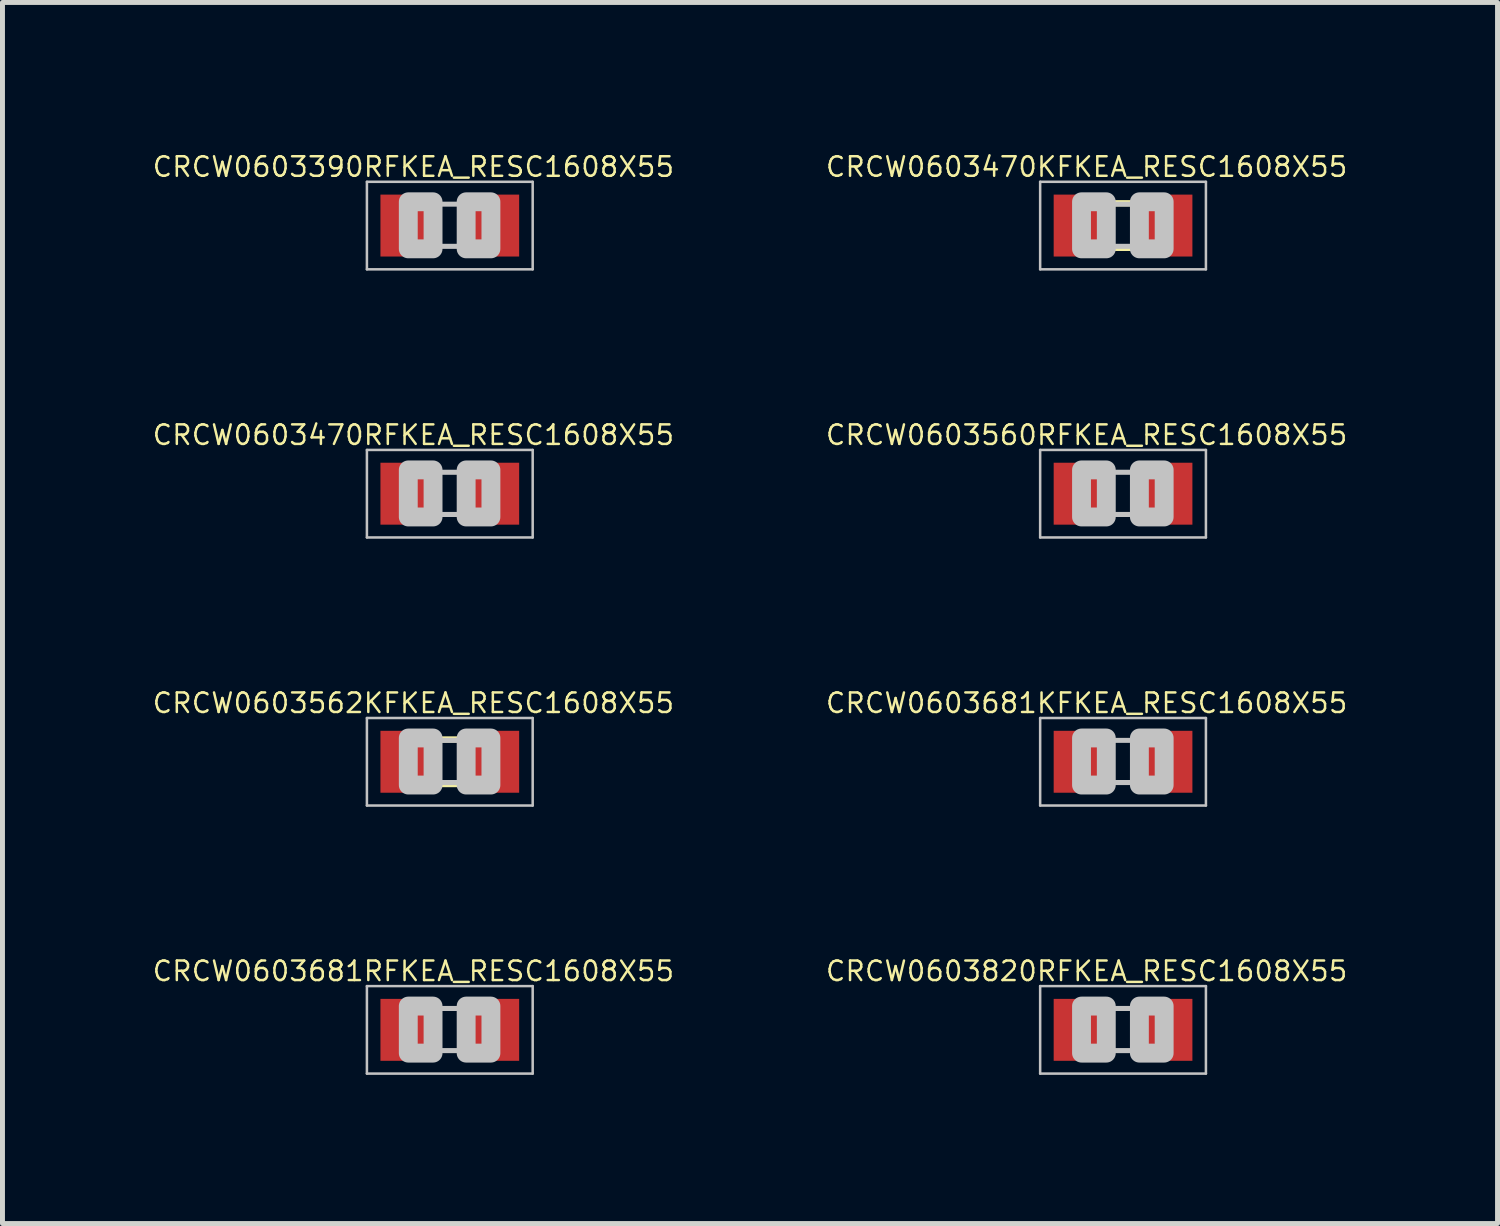
<source format=kicad_pcb>
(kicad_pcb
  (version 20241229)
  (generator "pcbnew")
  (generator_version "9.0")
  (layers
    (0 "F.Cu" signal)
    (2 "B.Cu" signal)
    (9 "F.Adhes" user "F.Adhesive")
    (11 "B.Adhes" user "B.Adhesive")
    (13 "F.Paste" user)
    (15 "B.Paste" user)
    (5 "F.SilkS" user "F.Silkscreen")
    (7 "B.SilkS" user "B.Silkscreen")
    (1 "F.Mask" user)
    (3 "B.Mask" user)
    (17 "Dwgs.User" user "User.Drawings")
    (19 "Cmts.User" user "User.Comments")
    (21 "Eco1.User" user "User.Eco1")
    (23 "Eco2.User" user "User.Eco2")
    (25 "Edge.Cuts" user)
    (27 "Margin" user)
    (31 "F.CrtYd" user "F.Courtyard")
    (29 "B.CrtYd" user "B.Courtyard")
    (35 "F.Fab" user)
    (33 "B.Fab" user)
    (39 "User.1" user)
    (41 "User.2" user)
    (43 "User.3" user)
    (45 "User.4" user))
  (footprint "CRCW0603681RFKEA_RESC1608X55"
    (layer "F.Cu")
    (at 6.029 17.737)
    (property "Reference" "CRCW0603681RFKEA_RESC1608X55" (at -0.735 -1.185 0) (layer "F.SilkS") (effects (font (size 0.394 0.394) (thickness 0.05))))
    (attr smd)
    (fp_line (start -1.673 -0.883) (end 1.673 -0.883) (stroke (width 0.051) (type solid)) (layer "Dwgs.User"))
    (fp_line (start -1.673 0.883) (end -1.673 -0.883) (stroke (width 0.051) (type solid)) (layer "Dwgs.User"))
    (fp_line (start -0.356 -0.432) (end 0.356 -0.432) (stroke (width 0.102) (type solid)) (layer "Dwgs.User"))
    (fp_line (start -0.356 0.419) (end 0.356 0.419) (stroke (width 0.102) (type solid)) (layer "Dwgs.User"))
    (fp_line (start 1.673 -0.883) (end 1.673 0.883) (stroke (width 0.051) (type solid)) (layer "Dwgs.User"))
    (fp_line (start 1.673 0.883) (end -1.673 0.883) (stroke (width 0.051) (type solid)) (layer "Dwgs.User"))
    (fp_poly (pts (xy -0.838 -0.48) (xy -0.338 -0.48) (xy -0.338 0.47) (xy -0.838 0.47)) (stroke (width 0.381) (type solid)) (fill no) (layer "Dwgs.User"))
    (fp_poly (pts (xy 0.33 -0.48) (xy 0.83 -0.48) (xy 0.83 0.47) (xy 0.33 0.47)) (stroke (width 0.381) (type solid)) (fill no) (layer "Dwgs.User"))
    (pad "1" smd rect (at -0.85 0) (size 1.1 1.25) (layers "F.Cu" "F.Mask" "F.Paste"))
    (pad "2" smd rect (at 0.85 0) (size 1.1 1.25) (layers "F.Cu" "F.Mask" "F.Paste")))
  (footprint "CRCW0603470KFKEA_RESC1608X55"
    (layer "F.Cu")
    (at 19.618 1.503)
    (property "Reference" "CRCW0603470KFKEA_RESC1608X55" (at -0.735 -1.185 0) (layer "F.SilkS") (effects (font (size 0.394 0.394) (thickness 0.05))))
    (attr smd)
    (fp_line (start -0.15 -0.45) (end 0.15 -0.45) (stroke (width 0.127) (type solid)) (layer "F.SilkS"))
    (fp_line (start -0.15 0.45) (end 0.15 0.45) (stroke (width 0.127) (type solid)) (layer "F.SilkS"))
    (fp_line (start -1.673 -0.883) (end 1.673 -0.883) (stroke (width 0.051) (type solid)) (layer "Dwgs.User"))
    (fp_line (start -1.673 0.883) (end -1.673 -0.883) (stroke (width 0.051) (type solid)) (layer "Dwgs.User"))
    (fp_line (start -0.356 -0.432) (end 0.356 -0.432) (stroke (width 0.102) (type solid)) (layer "Dwgs.User"))
    (fp_line (start -0.356 0.419) (end 0.356 0.419) (stroke (width 0.102) (type solid)) (layer "Dwgs.User"))
    (fp_line (start 1.673 -0.883) (end 1.673 0.883) (stroke (width 0.051) (type solid)) (layer "Dwgs.User"))
    (fp_line (start 1.673 0.883) (end -1.673 0.883) (stroke (width 0.051) (type solid)) (layer "Dwgs.User"))
    (fp_poly (pts (xy -0.838 -0.48) (xy -0.338 -0.48) (xy -0.338 0.47) (xy -0.838 0.47)) (stroke (width 0.381) (type solid)) (fill no) (layer "Dwgs.User"))
    (fp_poly (pts (xy 0.33 -0.48) (xy 0.83 -0.48) (xy 0.83 0.47) (xy 0.33 0.47)) (stroke (width 0.381) (type solid)) (fill no) (layer "Dwgs.User"))
    (pad "1" smd rect (at -0.85 0) (size 1.1 1.25) (layers "F.Cu" "F.Mask" "F.Paste"))
    (pad "2" smd rect (at 0.85 0) (size 1.1 1.25) (layers "F.Cu" "F.Mask" "F.Paste")))
  (footprint "CRCW0603390RFKEA_RESC1608X55"
    (layer "F.Cu")
    (at 6.029 1.503)
    (property "Reference" "CRCW0603390RFKEA_RESC1608X55" (at -0.735 -1.185 0) (layer "F.SilkS") (effects (font (size 0.394 0.394) (thickness 0.05))))
    (attr smd)
    (fp_line (start -1.673 -0.883) (end 1.673 -0.883) (stroke (width 0.051) (type solid)) (layer "Dwgs.User"))
    (fp_line (start -1.673 0.883) (end -1.673 -0.883) (stroke (width 0.051) (type solid)) (layer "Dwgs.User"))
    (fp_line (start -0.356 -0.432) (end 0.356 -0.432) (stroke (width 0.102) (type solid)) (layer "Dwgs.User"))
    (fp_line (start -0.356 0.419) (end 0.356 0.419) (stroke (width 0.102) (type solid)) (layer "Dwgs.User"))
    (fp_line (start 1.673 -0.883) (end 1.673 0.883) (stroke (width 0.051) (type solid)) (layer "Dwgs.User"))
    (fp_line (start 1.673 0.883) (end -1.673 0.883) (stroke (width 0.051) (type solid)) (layer "Dwgs.User"))
    (fp_poly (pts (xy -0.838 -0.48) (xy -0.338 -0.48) (xy -0.338 0.47) (xy -0.838 0.47)) (stroke (width 0.381) (type solid)) (fill no) (layer "Dwgs.User"))
    (fp_poly (pts (xy 0.33 -0.48) (xy 0.83 -0.48) (xy 0.83 0.47) (xy 0.33 0.47)) (stroke (width 0.381) (type solid)) (fill no) (layer "Dwgs.User"))
    (pad "1" smd rect (at -0.85 0) (size 1.1 1.25) (layers "F.Cu" "F.Mask" "F.Paste"))
    (pad "2" smd rect (at 0.85 0) (size 1.1 1.25) (layers "F.Cu" "F.Mask" "F.Paste")))
  (footprint "CRCW0603820RFKEA_RESC1608X55"
    (layer "F.Cu")
    (at 19.618 17.737)
    (property "Reference" "CRCW0603820RFKEA_RESC1608X55" (at -0.735 -1.185 0) (layer "F.SilkS") (effects (font (size 0.394 0.394) (thickness 0.05))))
    (attr smd)
    (fp_line (start -1.673 -0.883) (end 1.673 -0.883) (stroke (width 0.051) (type solid)) (layer "Dwgs.User"))
    (fp_line (start -1.673 0.883) (end -1.673 -0.883) (stroke (width 0.051) (type solid)) (layer "Dwgs.User"))
    (fp_line (start -0.356 -0.432) (end 0.356 -0.432) (stroke (width 0.102) (type solid)) (layer "Dwgs.User"))
    (fp_line (start -0.356 0.419) (end 0.356 0.419) (stroke (width 0.102) (type solid)) (layer "Dwgs.User"))
    (fp_line (start 1.673 -0.883) (end 1.673 0.883) (stroke (width 0.051) (type solid)) (layer "Dwgs.User"))
    (fp_line (start 1.673 0.883) (end -1.673 0.883) (stroke (width 0.051) (type solid)) (layer "Dwgs.User"))
    (fp_poly (pts (xy -0.838 -0.48) (xy -0.338 -0.48) (xy -0.338 0.47) (xy -0.838 0.47)) (stroke (width 0.381) (type solid)) (fill no) (layer "Dwgs.User"))
    (fp_poly (pts (xy 0.33 -0.48) (xy 0.83 -0.48) (xy 0.83 0.47) (xy 0.33 0.47)) (stroke (width 0.381) (type solid)) (fill no) (layer "Dwgs.User"))
    (pad "1" smd rect (at -0.85 0) (size 1.1 1.25) (layers "F.Cu" "F.Mask" "F.Paste"))
    (pad "2" smd rect (at 0.85 0) (size 1.1 1.25) (layers "F.Cu" "F.Mask" "F.Paste")))
  (footprint "CRCW0603470RFKEA_RESC1608X55"
    (layer "F.Cu")
    (at 6.029 6.915)
    (property "Reference" "CRCW0603470RFKEA_RESC1608X55" (at -0.735 -1.185 0) (layer "F.SilkS") (effects (font (size 0.394 0.394) (thickness 0.05))))
    (attr smd)
    (fp_line (start -1.673 -0.883) (end 1.673 -0.883) (stroke (width 0.051) (type solid)) (layer "Dwgs.User"))
    (fp_line (start -1.673 0.883) (end -1.673 -0.883) (stroke (width 0.051) (type solid)) (layer "Dwgs.User"))
    (fp_line (start -0.356 -0.432) (end 0.356 -0.432) (stroke (width 0.102) (type solid)) (layer "Dwgs.User"))
    (fp_line (start -0.356 0.419) (end 0.356 0.419) (stroke (width 0.102) (type solid)) (layer "Dwgs.User"))
    (fp_line (start 1.673 -0.883) (end 1.673 0.883) (stroke (width 0.051) (type solid)) (layer "Dwgs.User"))
    (fp_line (start 1.673 0.883) (end -1.673 0.883) (stroke (width 0.051) (type solid)) (layer "Dwgs.User"))
    (fp_poly (pts (xy -0.838 -0.48) (xy -0.338 -0.48) (xy -0.338 0.47) (xy -0.838 0.47)) (stroke (width 0.381) (type solid)) (fill no) (layer "Dwgs.User"))
    (fp_poly (pts (xy 0.33 -0.48) (xy 0.83 -0.48) (xy 0.83 0.47) (xy 0.33 0.47)) (stroke (width 0.381) (type solid)) (fill no) (layer "Dwgs.User"))
    (pad "1" smd rect (at -0.85 0) (size 1.1 1.25) (layers "F.Cu" "F.Mask" "F.Paste"))
    (pad "2" smd rect (at 0.85 0) (size 1.1 1.25) (layers "F.Cu" "F.Mask" "F.Paste")))
  (footprint "CRCW0603681KFKEA_RESC1608X55"
    (layer "F.Cu")
    (at 19.618 12.326)
    (property "Reference" "CRCW0603681KFKEA_RESC1608X55" (at -0.735 -1.185 0) (layer "F.SilkS") (effects (font (size 0.394 0.394) (thickness 0.05))))
    (attr smd)
    (fp_line (start -1.673 -0.883) (end 1.673 -0.883) (stroke (width 0.051) (type solid)) (layer "Dwgs.User"))
    (fp_line (start -1.673 0.883) (end -1.673 -0.883) (stroke (width 0.051) (type solid)) (layer "Dwgs.User"))
    (fp_line (start -0.356 -0.432) (end 0.356 -0.432) (stroke (width 0.102) (type solid)) (layer "Dwgs.User"))
    (fp_line (start -0.356 0.419) (end 0.356 0.419) (stroke (width 0.102) (type solid)) (layer "Dwgs.User"))
    (fp_line (start 1.673 -0.883) (end 1.673 0.883) (stroke (width 0.051) (type solid)) (layer "Dwgs.User"))
    (fp_line (start 1.673 0.883) (end -1.673 0.883) (stroke (width 0.051) (type solid)) (layer "Dwgs.User"))
    (fp_poly (pts (xy -0.838 -0.48) (xy -0.338 -0.48) (xy -0.338 0.47) (xy -0.838 0.47)) (stroke (width 0.381) (type solid)) (fill no) (layer "Dwgs.User"))
    (fp_poly (pts (xy 0.33 -0.48) (xy 0.83 -0.48) (xy 0.83 0.47) (xy 0.33 0.47)) (stroke (width 0.381) (type solid)) (fill no) (layer "Dwgs.User"))
    (pad "1" smd rect (at -0.85 0) (size 1.1 1.25) (layers "F.Cu" "F.Mask" "F.Paste"))
    (pad "2" smd rect (at 0.85 0) (size 1.1 1.25) (layers "F.Cu" "F.Mask" "F.Paste")))
  (footprint "CRCW0603562KFKEA_RESC1608X55"
    (layer "F.Cu")
    (at 6.029 12.326)
    (property "Reference" "CRCW0603562KFKEA_RESC1608X55" (at -0.735 -1.185 0) (layer "F.SilkS") (effects (font (size 0.394 0.394) (thickness 0.05))))
    (attr smd)
    (fp_line (start -0.15 -0.45) (end 0.15 -0.45) (stroke (width 0.127) (type solid)) (layer "F.SilkS"))
    (fp_line (start -0.15 0.45) (end 0.15 0.45) (stroke (width 0.127) (type solid)) (layer "F.SilkS"))
    (fp_line (start -1.673 -0.883) (end 1.673 -0.883) (stroke (width 0.051) (type solid)) (layer "Dwgs.User"))
    (fp_line (start -1.673 0.883) (end -1.673 -0.883) (stroke (width 0.051) (type solid)) (layer "Dwgs.User"))
    (fp_line (start -0.356 -0.432) (end 0.356 -0.432) (stroke (width 0.102) (type solid)) (layer "Dwgs.User"))
    (fp_line (start -0.356 0.419) (end 0.356 0.419) (stroke (width 0.102) (type solid)) (layer "Dwgs.User"))
    (fp_line (start 1.673 -0.883) (end 1.673 0.883) (stroke (width 0.051) (type solid)) (layer "Dwgs.User"))
    (fp_line (start 1.673 0.883) (end -1.673 0.883) (stroke (width 0.051) (type solid)) (layer "Dwgs.User"))
    (fp_poly (pts (xy -0.838 -0.48) (xy -0.338 -0.48) (xy -0.338 0.47) (xy -0.838 0.47)) (stroke (width 0.381) (type solid)) (fill no) (layer "Dwgs.User"))
    (fp_poly (pts (xy 0.33 -0.48) (xy 0.83 -0.48) (xy 0.83 0.47) (xy 0.33 0.47)) (stroke (width 0.381) (type solid)) (fill no) (layer "Dwgs.User"))
    (pad "1" smd rect (at -0.85 0) (size 1.1 1.25) (layers "F.Cu" "F.Mask" "F.Paste"))
    (pad "2" smd rect (at 0.85 0) (size 1.1 1.25) (layers "F.Cu" "F.Mask" "F.Paste")))
  (footprint "CRCW0603560RFKEA_RESC1608X55"
    (layer "F.Cu")
    (at 19.618 6.915)
    (property "Reference" "CRCW0603560RFKEA_RESC1608X55" (at -0.735 -1.185 0) (layer "F.SilkS") (effects (font (size 0.394 0.394) (thickness 0.05))))
    (attr smd)
    (fp_line (start -1.673 -0.883) (end 1.673 -0.883) (stroke (width 0.051) (type solid)) (layer "Dwgs.User"))
    (fp_line (start -1.673 0.883) (end -1.673 -0.883) (stroke (width 0.051) (type solid)) (layer "Dwgs.User"))
    (fp_line (start -0.356 -0.432) (end 0.356 -0.432) (stroke (width 0.102) (type solid)) (layer "Dwgs.User"))
    (fp_line (start -0.356 0.419) (end 0.356 0.419) (stroke (width 0.102) (type solid)) (layer "Dwgs.User"))
    (fp_line (start 1.673 -0.883) (end 1.673 0.883) (stroke (width 0.051) (type solid)) (layer "Dwgs.User"))
    (fp_line (start 1.673 0.883) (end -1.673 0.883) (stroke (width 0.051) (type solid)) (layer "Dwgs.User"))
    (fp_poly (pts (xy -0.838 -0.48) (xy -0.338 -0.48) (xy -0.338 0.47) (xy -0.838 0.47)) (stroke (width 0.381) (type solid)) (fill no) (layer "Dwgs.User"))
    (fp_poly (pts (xy 0.33 -0.48) (xy 0.83 -0.48) (xy 0.83 0.47) (xy 0.33 0.47)) (stroke (width 0.381) (type solid)) (fill no) (layer "Dwgs.User"))
    (pad "1" smd rect (at -0.85 0) (size 1.1 1.25) (layers "F.Cu" "F.Mask" "F.Paste"))
    (pad "2" smd rect (at 0.85 0) (size 1.1 1.25) (layers "F.Cu" "F.Mask" "F.Paste")))
  (gr_rect
    (start -3 -3)
    (end 27.177 21.646)
    (stroke (width 0.1) (type default))
    (fill no)
    (layer "Edge.Cuts")))
</source>
